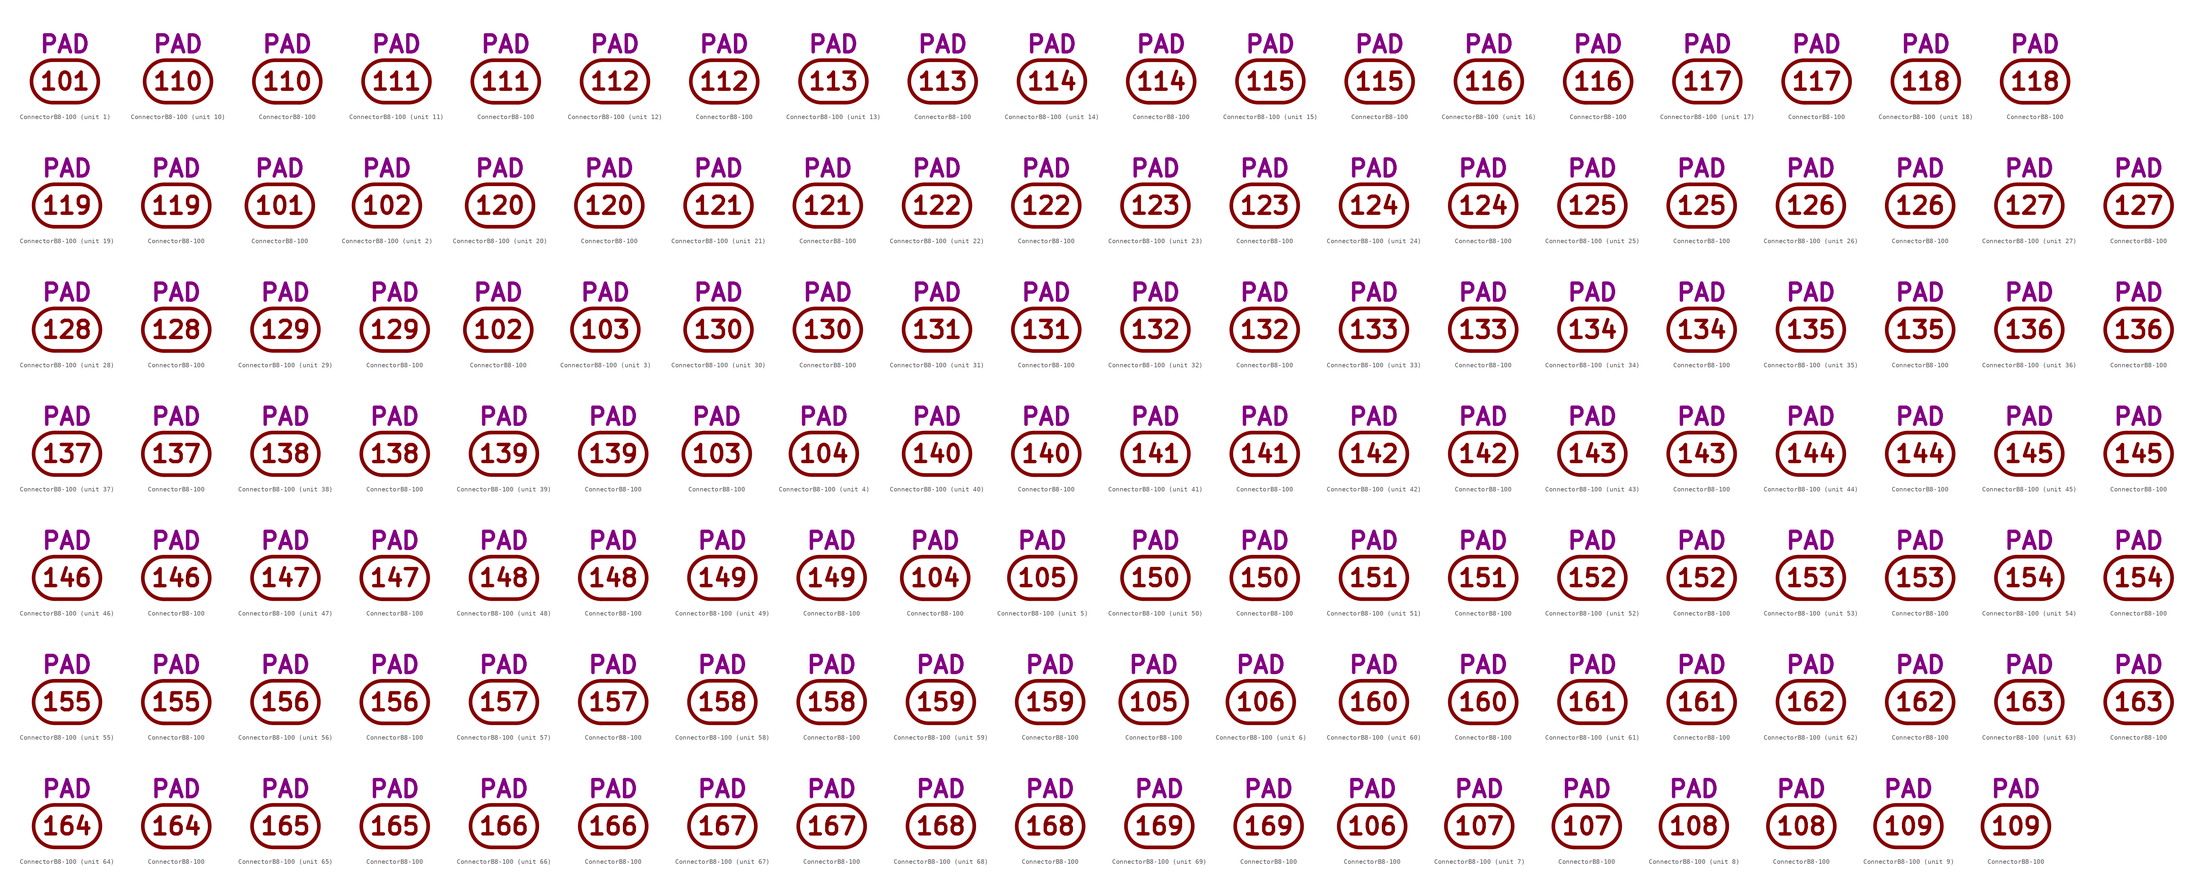
<source format=kicad_sym>
(kicad_symbol_lib
  (version 20211014)
  (generator kicad_symbol_editor)
  (symbol "ConnectorB8-100"
    (pin_numbers hide)
    (pin_names
      (offset 0) hide)
    (property "Reference" "J"
      (at 0 8.255 0)
      (effects (font (size 3.556 3.556)) hide))
    (property "Caption" "PAD"
      (at 0 5.715 0)
      (effects (font (size 3.556 3.556) bold) (justify bottom)))
    (property "ki_locked" ""
      (at 0 0 0)
      (effects (font (size 1.27 1.27))))
    (symbol "ConnectorB8-100_0_0"
      (arc (start -2.54 4.445) (mid -6.985 0) (end -2.54 -4.445) (stroke (width 0.762) (type default) (color 0 0 0 0)) (fill (type none)))
      (polyline (pts (xy -2.54 -4.445) (xy 2.54 -4.445)) (stroke (width 0.762) (type default) (color 0 0 0 0)) (fill (type none)))
      (polyline (pts (xy -2.54 4.445) (xy 2.54 4.445)) (stroke (width 0.762) (type default) (color 0 0 0 0)) (fill (type none)))
      (arc (start 2.54 -4.445) (mid 6.985 0) (end 2.54 4.445) (stroke (width 0.762) (type default) (color 0 0 0 0)) (fill (type none))))
    (symbol "ConnectorB8-100_1_0"
      (text "101" (at 0 0 0) (effects (font (size 3.556 3.556) bold))))
    (symbol "ConnectorB8-100_1_1"
      (pin passive line (at 6.985 0 180) (length 0) (name "101" (effects (font (size 3.556 3.556)))) (number "101" (effects (font (size 3.556 3.556))))))
    (symbol "ConnectorB8-100_1_2"
      (pin passive line (at 0 4.445 270) (length 0) (name "101" (effects (font (size 3.556 3.556)))) (number "101" (effects (font (size 3.556 3.556))))))
    (symbol "ConnectorB8-100_2_0"
      (text "102" (at 0 0 0) (effects (font (size 3.556 3.556) bold))))
    (symbol "ConnectorB8-100_2_1"
      (pin passive line (at 6.985 0 180) (length 0) (name "102" (effects (font (size 3.556 3.556)))) (number "102" (effects (font (size 3.556 3.556))))))
    (symbol "ConnectorB8-100_2_2"
      (pin passive line (at 0 4.445 270) (length 0) (name "102" (effects (font (size 3.556 3.556)))) (number "102" (effects (font (size 3.556 3.556))))))
    (symbol "ConnectorB8-100_3_0"
      (text "103" (at 0 0 0) (effects (font (size 3.556 3.556) bold))))
    (symbol "ConnectorB8-100_3_1"
      (pin passive line (at 6.985 0 180) (length 0) (name "103" (effects (font (size 3.556 3.556)))) (number "103" (effects (font (size 3.556 3.556))))))
    (symbol "ConnectorB8-100_3_2"
      (pin passive line (at 0 4.445 270) (length 0) (name "103" (effects (font (size 3.556 3.556)))) (number "103" (effects (font (size 3.556 3.556))))))
    (symbol "ConnectorB8-100_4_0"
      (text "104" (at 0 0 0) (effects (font (size 3.556 3.556) bold))))
    (symbol "ConnectorB8-100_4_1"
      (pin passive line (at 6.985 0 180) (length 0) (name "104" (effects (font (size 3.556 3.556)))) (number "104" (effects (font (size 3.556 3.556))))))
    (symbol "ConnectorB8-100_4_2"
      (pin passive line (at 0 4.445 270) (length 0) (name "104" (effects (font (size 3.556 3.556)))) (number "104" (effects (font (size 3.556 3.556))))))
    (symbol "ConnectorB8-100_5_0"
      (text "105" (at 0 0 0) (effects (font (size 3.556 3.556) bold))))
    (symbol "ConnectorB8-100_5_1"
      (pin passive line (at 6.985 0 180) (length 0) (name "105" (effects (font (size 3.556 3.556)))) (number "105" (effects (font (size 3.556 3.556))))))
    (symbol "ConnectorB8-100_5_2"
      (pin passive line (at 0 4.445 270) (length 0) (name "105" (effects (font (size 3.556 3.556)))) (number "105" (effects (font (size 3.556 3.556))))))
    (symbol "ConnectorB8-100_6_0"
      (text "106" (at 0 0 0) (effects (font (size 3.556 3.556) bold))))
    (symbol "ConnectorB8-100_6_1"
      (pin passive line (at 6.985 0 180) (length 0) (name "106" (effects (font (size 3.556 3.556)))) (number "106" (effects (font (size 3.556 3.556))))))
    (symbol "ConnectorB8-100_6_2"
      (pin passive line (at 0 4.445 270) (length 0) (name "106" (effects (font (size 3.556 3.556)))) (number "106" (effects (font (size 3.556 3.556))))))
    (symbol "ConnectorB8-100_7_0"
      (text "107" (at 0 0 0) (effects (font (size 3.556 3.556) bold))))
    (symbol "ConnectorB8-100_7_1"
      (pin passive line (at 6.985 0 180) (length 0) (name "107" (effects (font (size 3.556 3.556)))) (number "107" (effects (font (size 3.556 3.556))))))
    (symbol "ConnectorB8-100_7_2"
      (pin passive line (at 0 4.445 270) (length 0) (name "107" (effects (font (size 3.556 3.556)))) (number "107" (effects (font (size 3.556 3.556))))))
    (symbol "ConnectorB8-100_8_0"
      (text "108" (at 0 0 0) (effects (font (size 3.556 3.556) bold))))
    (symbol "ConnectorB8-100_8_1"
      (pin passive line (at 6.985 0 180) (length 0) (name "108" (effects (font (size 3.556 3.556)))) (number "108" (effects (font (size 3.556 3.556))))))
    (symbol "ConnectorB8-100_8_2"
      (pin passive line (at 0 4.445 270) (length 0) (name "108" (effects (font (size 3.556 3.556)))) (number "108" (effects (font (size 3.556 3.556))))))
    (symbol "ConnectorB8-100_9_0"
      (text "109" (at 0 0 0) (effects (font (size 3.556 3.556) bold))))
    (symbol "ConnectorB8-100_9_1"
      (pin passive line (at 6.985 0 180) (length 0) (name "109" (effects (font (size 3.556 3.556)))) (number "109" (effects (font (size 3.556 3.556))))))
    (symbol "ConnectorB8-100_9_2"
      (pin passive line (at 0 4.445 270) (length 0) (name "109" (effects (font (size 3.556 3.556)))) (number "109" (effects (font (size 3.556 3.556))))))
    (symbol "ConnectorB8-100_10_0"
      (text "110" (at 0 0 0) (effects (font (size 3.556 3.556) bold))))
    (symbol "ConnectorB8-100_10_1"
      (pin passive line (at 6.985 0 180) (length 0) (name "110" (effects (font (size 3.556 3.556)))) (number "110" (effects (font (size 3.556 3.556))))))
    (symbol "ConnectorB8-100_10_2"
      (pin passive line (at 0 4.445 270) (length 0) (name "110" (effects (font (size 3.556 3.556)))) (number "110" (effects (font (size 3.556 3.556))))))
    (symbol "ConnectorB8-100_11_0"
      (text "111" (at 0 0 0) (effects (font (size 3.556 3.556) bold))))
    (symbol "ConnectorB8-100_11_1"
      (pin passive line (at 6.985 0 180) (length 0) (name "111" (effects (font (size 3.556 3.556)))) (number "111" (effects (font (size 3.556 3.556))))))
    (symbol "ConnectorB8-100_11_2"
      (pin passive line (at 0 4.445 270) (length 0) (name "111" (effects (font (size 3.556 3.556)))) (number "111" (effects (font (size 3.556 3.556))))))
    (symbol "ConnectorB8-100_12_0"
      (text "112" (at 0 0 0) (effects (font (size 3.556 3.556) bold))))
    (symbol "ConnectorB8-100_12_1"
      (pin passive line (at 6.985 0 180) (length 0) (name "112" (effects (font (size 3.556 3.556)))) (number "112" (effects (font (size 3.556 3.556))))))
    (symbol "ConnectorB8-100_12_2"
      (pin passive line (at 0 4.445 270) (length 0) (name "112" (effects (font (size 3.556 3.556)))) (number "112" (effects (font (size 3.556 3.556))))))
    (symbol "ConnectorB8-100_13_0"
      (text "113" (at 0 0 0) (effects (font (size 3.556 3.556) bold))))
    (symbol "ConnectorB8-100_13_1"
      (pin passive line (at 6.985 0 180) (length 0) (name "113" (effects (font (size 3.556 3.556)))) (number "113" (effects (font (size 3.556 3.556))))))
    (symbol "ConnectorB8-100_13_2"
      (pin passive line (at 0 4.445 270) (length 0) (name "113" (effects (font (size 3.556 3.556)))) (number "113" (effects (font (size 3.556 3.556))))))
    (symbol "ConnectorB8-100_14_0"
      (text "114" (at 0 0 0) (effects (font (size 3.556 3.556) bold))))
    (symbol "ConnectorB8-100_14_1"
      (pin passive line (at 6.985 0 180) (length 0) (name "114" (effects (font (size 3.556 3.556)))) (number "114" (effects (font (size 3.556 3.556))))))
    (symbol "ConnectorB8-100_14_2"
      (pin passive line (at 0 4.445 270) (length 0) (name "114" (effects (font (size 3.556 3.556)))) (number "114" (effects (font (size 3.556 3.556))))))
    (symbol "ConnectorB8-100_15_0"
      (text "115" (at 0 0 0) (effects (font (size 3.556 3.556) bold))))
    (symbol "ConnectorB8-100_15_1"
      (pin passive line (at 6.985 0 180) (length 0) (name "115" (effects (font (size 3.556 3.556)))) (number "115" (effects (font (size 3.556 3.556))))))
    (symbol "ConnectorB8-100_15_2"
      (pin passive line (at 0 4.445 270) (length 0) (name "115" (effects (font (size 3.556 3.556)))) (number "115" (effects (font (size 3.556 3.556))))))
    (symbol "ConnectorB8-100_16_0"
      (text "116" (at 0 0 0) (effects (font (size 3.556 3.556) bold))))
    (symbol "ConnectorB8-100_16_1"
      (pin passive line (at 6.985 0 180) (length 0) (name "116" (effects (font (size 3.556 3.556)))) (number "116" (effects (font (size 3.556 3.556))))))
    (symbol "ConnectorB8-100_16_2"
      (pin passive line (at 0 4.445 270) (length 0) (name "116" (effects (font (size 3.556 3.556)))) (number "116" (effects (font (size 3.556 3.556))))))
    (symbol "ConnectorB8-100_17_0"
      (text "117" (at 0 0 0) (effects (font (size 3.556 3.556) bold))))
    (symbol "ConnectorB8-100_17_1"
      (pin passive line (at 6.985 0 180) (length 0) (name "117" (effects (font (size 3.556 3.556)))) (number "117" (effects (font (size 3.556 3.556))))))
    (symbol "ConnectorB8-100_17_2"
      (pin passive line (at 0 4.445 270) (length 0) (name "117" (effects (font (size 3.556 3.556)))) (number "117" (effects (font (size 3.556 3.556))))))
    (symbol "ConnectorB8-100_18_0"
      (text "118" (at 0 0 0) (effects (font (size 3.556 3.556) bold))))
    (symbol "ConnectorB8-100_18_1"
      (pin passive line (at 6.985 0 180) (length 0) (name "118" (effects (font (size 3.556 3.556)))) (number "118" (effects (font (size 3.556 3.556))))))
    (symbol "ConnectorB8-100_18_2"
      (pin passive line (at 0 4.445 270) (length 0) (name "118" (effects (font (size 3.556 3.556)))) (number "118" (effects (font (size 3.556 3.556))))))
    (symbol "ConnectorB8-100_19_0"
      (text "119" (at 0 0 0) (effects (font (size 3.556 3.556) bold))))
    (symbol "ConnectorB8-100_19_1"
      (pin passive line (at 6.985 0 180) (length 0) (name "119" (effects (font (size 3.556 3.556)))) (number "119" (effects (font (size 3.556 3.556))))))
    (symbol "ConnectorB8-100_19_2"
      (pin passive line (at 0 4.445 270) (length 0) (name "119" (effects (font (size 3.556 3.556)))) (number "119" (effects (font (size 3.556 3.556))))))
    (symbol "ConnectorB8-100_20_0"
      (text "120" (at 0 0 0) (effects (font (size 3.556 3.556) bold))))
    (symbol "ConnectorB8-100_20_1"
      (pin passive line (at 6.985 0 180) (length 0) (name "120" (effects (font (size 3.556 3.556)))) (number "120" (effects (font (size 3.556 3.556))))))
    (symbol "ConnectorB8-100_20_2"
      (pin passive line (at 0 4.445 270) (length 0) (name "120" (effects (font (size 3.556 3.556)))) (number "120" (effects (font (size 3.556 3.556))))))
    (symbol "ConnectorB8-100_21_0"
      (text "121" (at 0 0 0) (effects (font (size 3.556 3.556) bold))))
    (symbol "ConnectorB8-100_21_1"
      (pin passive line (at 6.985 0 180) (length 0) (name "121" (effects (font (size 3.556 3.556)))) (number "121" (effects (font (size 3.556 3.556))))))
    (symbol "ConnectorB8-100_21_2"
      (pin passive line (at 0 4.445 270) (length 0) (name "121" (effects (font (size 3.556 3.556)))) (number "121" (effects (font (size 3.556 3.556))))))
    (symbol "ConnectorB8-100_22_0"
      (text "122" (at 0 0 0) (effects (font (size 3.556 3.556) bold))))
    (symbol "ConnectorB8-100_22_1"
      (pin passive line (at 6.985 0 180) (length 0) (name "122" (effects (font (size 3.556 3.556)))) (number "122" (effects (font (size 3.556 3.556))))))
    (symbol "ConnectorB8-100_22_2"
      (pin passive line (at 0 4.445 270) (length 0) (name "122" (effects (font (size 3.556 3.556)))) (number "122" (effects (font (size 3.556 3.556))))))
    (symbol "ConnectorB8-100_23_0"
      (text "123" (at 0 0 0) (effects (font (size 3.556 3.556) bold))))
    (symbol "ConnectorB8-100_23_1"
      (pin passive line (at 6.985 0 180) (length 0) (name "123" (effects (font (size 3.556 3.556)))) (number "123" (effects (font (size 3.556 3.556))))))
    (symbol "ConnectorB8-100_23_2"
      (pin passive line (at 0 4.445 270) (length 0) (name "123" (effects (font (size 3.556 3.556)))) (number "123" (effects (font (size 3.556 3.556))))))
    (symbol "ConnectorB8-100_24_0"
      (text "124" (at 0 0 0) (effects (font (size 3.556 3.556) bold))))
    (symbol "ConnectorB8-100_24_1"
      (pin passive line (at 6.985 0 180) (length 0) (name "124" (effects (font (size 3.556 3.556)))) (number "124" (effects (font (size 3.556 3.556))))))
    (symbol "ConnectorB8-100_24_2"
      (pin passive line (at 0 4.445 270) (length 0) (name "124" (effects (font (size 3.556 3.556)))) (number "124" (effects (font (size 3.556 3.556))))))
    (symbol "ConnectorB8-100_25_0"
      (text "125" (at 0 0 0) (effects (font (size 3.556 3.556) bold))))
    (symbol "ConnectorB8-100_25_1"
      (pin passive line (at 6.985 0 180) (length 0) (name "125" (effects (font (size 3.556 3.556)))) (number "125" (effects (font (size 3.556 3.556))))))
    (symbol "ConnectorB8-100_25_2"
      (pin passive line (at 0 4.445 270) (length 0) (name "125" (effects (font (size 3.556 3.556)))) (number "125" (effects (font (size 3.556 3.556))))))
    (symbol "ConnectorB8-100_26_0"
      (text "126" (at 0 0 0) (effects (font (size 3.556 3.556) bold))))
    (symbol "ConnectorB8-100_26_1"
      (pin passive line (at 6.985 0 180) (length 0) (name "126" (effects (font (size 3.556 3.556)))) (number "126" (effects (font (size 3.556 3.556))))))
    (symbol "ConnectorB8-100_26_2"
      (pin passive line (at 0 4.445 270) (length 0) (name "126" (effects (font (size 3.556 3.556)))) (number "126" (effects (font (size 3.556 3.556))))))
    (symbol "ConnectorB8-100_27_0"
      (text "127" (at 0 0 0) (effects (font (size 3.556 3.556) bold))))
    (symbol "ConnectorB8-100_27_1"
      (pin passive line (at 6.985 0 180) (length 0) (name "127" (effects (font (size 3.556 3.556)))) (number "127" (effects (font (size 3.556 3.556))))))
    (symbol "ConnectorB8-100_27_2"
      (pin passive line (at 0 4.445 270) (length 0) (name "127" (effects (font (size 3.556 3.556)))) (number "127" (effects (font (size 3.556 3.556))))))
    (symbol "ConnectorB8-100_28_0"
      (text "128" (at 0 0 0) (effects (font (size 3.556 3.556) bold))))
    (symbol "ConnectorB8-100_28_1"
      (pin passive line (at 6.985 0 180) (length 0) (name "128" (effects (font (size 3.556 3.556)))) (number "128" (effects (font (size 3.556 3.556))))))
    (symbol "ConnectorB8-100_28_2"
      (pin passive line (at 0 4.445 270) (length 0) (name "128" (effects (font (size 3.556 3.556)))) (number "128" (effects (font (size 3.556 3.556))))))
    (symbol "ConnectorB8-100_29_0"
      (text "129" (at 0 0 0) (effects (font (size 3.556 3.556) bold))))
    (symbol "ConnectorB8-100_29_1"
      (pin passive line (at 6.985 0 180) (length 0) (name "129" (effects (font (size 3.556 3.556)))) (number "129" (effects (font (size 3.556 3.556))))))
    (symbol "ConnectorB8-100_29_2"
      (pin passive line (at 0 4.445 270) (length 0) (name "129" (effects (font (size 3.556 3.556)))) (number "129" (effects (font (size 3.556 3.556))))))
    (symbol "ConnectorB8-100_30_0"
      (text "130" (at 0 0 0) (effects (font (size 3.556 3.556) bold))))
    (symbol "ConnectorB8-100_30_1"
      (pin passive line (at 6.985 0 180) (length 0) (name "130" (effects (font (size 3.556 3.556)))) (number "130" (effects (font (size 3.556 3.556))))))
    (symbol "ConnectorB8-100_30_2"
      (pin passive line (at 0 4.445 270) (length 0) (name "130" (effects (font (size 3.556 3.556)))) (number "130" (effects (font (size 3.556 3.556))))))
    (symbol "ConnectorB8-100_31_0"
      (text "131" (at 0 0 0) (effects (font (size 3.556 3.556) bold))))
    (symbol "ConnectorB8-100_31_1"
      (pin passive line (at 6.985 0 180) (length 0) (name "131" (effects (font (size 3.556 3.556)))) (number "131" (effects (font (size 3.556 3.556))))))
    (symbol "ConnectorB8-100_31_2"
      (pin passive line (at 0 4.445 270) (length 0) (name "131" (effects (font (size 3.556 3.556)))) (number "131" (effects (font (size 3.556 3.556))))))
    (symbol "ConnectorB8-100_32_0"
      (text "132" (at 0 0 0) (effects (font (size 3.556 3.556) bold))))
    (symbol "ConnectorB8-100_32_1"
      (pin passive line (at 6.985 0 180) (length 0) (name "132" (effects (font (size 3.556 3.556)))) (number "132" (effects (font (size 3.556 3.556))))))
    (symbol "ConnectorB8-100_32_2"
      (pin passive line (at 0 4.445 270) (length 0) (name "132" (effects (font (size 3.556 3.556)))) (number "132" (effects (font (size 3.556 3.556))))))
    (symbol "ConnectorB8-100_33_0"
      (text "133" (at 0 0 0) (effects (font (size 3.556 3.556) bold))))
    (symbol "ConnectorB8-100_33_1"
      (pin passive line (at 6.985 0 180) (length 0) (name "133" (effects (font (size 3.556 3.556)))) (number "133" (effects (font (size 3.556 3.556))))))
    (symbol "ConnectorB8-100_33_2"
      (pin passive line (at 0 4.445 270) (length 0) (name "133" (effects (font (size 3.556 3.556)))) (number "133" (effects (font (size 3.556 3.556))))))
    (symbol "ConnectorB8-100_34_0"
      (text "134" (at 0 0 0) (effects (font (size 3.556 3.556) bold))))
    (symbol "ConnectorB8-100_34_1"
      (pin passive line (at 6.985 0 180) (length 0) (name "134" (effects (font (size 3.556 3.556)))) (number "134" (effects (font (size 3.556 3.556))))))
    (symbol "ConnectorB8-100_34_2"
      (pin passive line (at 0 4.445 270) (length 0) (name "134" (effects (font (size 3.556 3.556)))) (number "134" (effects (font (size 3.556 3.556))))))
    (symbol "ConnectorB8-100_35_0"
      (text "135" (at 0 0 0) (effects (font (size 3.556 3.556) bold))))
    (symbol "ConnectorB8-100_35_1"
      (pin passive line (at 6.985 0 180) (length 0) (name "135" (effects (font (size 3.556 3.556)))) (number "135" (effects (font (size 3.556 3.556))))))
    (symbol "ConnectorB8-100_35_2"
      (pin passive line (at 0 4.445 270) (length 0) (name "135" (effects (font (size 3.556 3.556)))) (number "135" (effects (font (size 3.556 3.556))))))
    (symbol "ConnectorB8-100_36_0"
      (text "136" (at 0 0 0) (effects (font (size 3.556 3.556) bold))))
    (symbol "ConnectorB8-100_36_1"
      (pin passive line (at 6.985 0 180) (length 0) (name "136" (effects (font (size 3.556 3.556)))) (number "136" (effects (font (size 3.556 3.556))))))
    (symbol "ConnectorB8-100_36_2"
      (pin passive line (at 0 4.445 270) (length 0) (name "136" (effects (font (size 3.556 3.556)))) (number "136" (effects (font (size 3.556 3.556))))))
    (symbol "ConnectorB8-100_37_0"
      (text "137" (at 0 0 0) (effects (font (size 3.556 3.556) bold))))
    (symbol "ConnectorB8-100_37_1"
      (pin passive line (at 6.985 0 180) (length 0) (name "137" (effects (font (size 3.556 3.556)))) (number "137" (effects (font (size 3.556 3.556))))))
    (symbol "ConnectorB8-100_37_2"
      (pin passive line (at 0 4.445 270) (length 0) (name "137" (effects (font (size 3.556 3.556)))) (number "137" (effects (font (size 3.556 3.556))))))
    (symbol "ConnectorB8-100_38_0"
      (text "138" (at 0 0 0) (effects (font (size 3.556 3.556) bold))))
    (symbol "ConnectorB8-100_38_1"
      (pin passive line (at 6.985 0 180) (length 0) (name "138" (effects (font (size 3.556 3.556)))) (number "138" (effects (font (size 3.556 3.556))))))
    (symbol "ConnectorB8-100_38_2"
      (pin passive line (at 0 4.445 270) (length 0) (name "138" (effects (font (size 3.556 3.556)))) (number "138" (effects (font (size 3.556 3.556))))))
    (symbol "ConnectorB8-100_39_0"
      (text "139" (at 0 0 0) (effects (font (size 3.556 3.556) bold))))
    (symbol "ConnectorB8-100_39_1"
      (pin passive line (at 6.985 0 180) (length 0) (name "139" (effects (font (size 3.556 3.556)))) (number "139" (effects (font (size 3.556 3.556))))))
    (symbol "ConnectorB8-100_39_2"
      (pin passive line (at 0 4.445 270) (length 0) (name "139" (effects (font (size 3.556 3.556)))) (number "139" (effects (font (size 3.556 3.556))))))
    (symbol "ConnectorB8-100_40_0"
      (text "140" (at 0 0 0) (effects (font (size 3.556 3.556) bold))))
    (symbol "ConnectorB8-100_40_1"
      (pin passive line (at 6.985 0 180) (length 0) (name "140" (effects (font (size 3.556 3.556)))) (number "140" (effects (font (size 3.556 3.556))))))
    (symbol "ConnectorB8-100_40_2"
      (pin passive line (at 0 4.445 270) (length 0) (name "140" (effects (font (size 3.556 3.556)))) (number "140" (effects (font (size 3.556 3.556))))))
    (symbol "ConnectorB8-100_41_0"
      (text "141" (at 0 0 0) (effects (font (size 3.556 3.556) bold))))
    (symbol "ConnectorB8-100_41_1"
      (pin passive line (at 6.985 0 180) (length 0) (name "141" (effects (font (size 3.556 3.556)))) (number "141" (effects (font (size 3.556 3.556))))))
    (symbol "ConnectorB8-100_41_2"
      (pin passive line (at 0 4.445 270) (length 0) (name "141" (effects (font (size 3.556 3.556)))) (number "141" (effects (font (size 3.556 3.556))))))
    (symbol "ConnectorB8-100_42_0"
      (text "142" (at 0 0 0) (effects (font (size 3.556 3.556) bold))))
    (symbol "ConnectorB8-100_42_1"
      (pin passive line (at 6.985 0 180) (length 0) (name "142" (effects (font (size 3.556 3.556)))) (number "142" (effects (font (size 3.556 3.556))))))
    (symbol "ConnectorB8-100_42_2"
      (pin passive line (at 0 4.445 270) (length 0) (name "142" (effects (font (size 3.556 3.556)))) (number "142" (effects (font (size 3.556 3.556))))))
    (symbol "ConnectorB8-100_43_0"
      (text "143" (at 0 0 0) (effects (font (size 3.556 3.556) bold))))
    (symbol "ConnectorB8-100_43_1"
      (pin passive line (at 6.985 0 180) (length 0) (name "143" (effects (font (size 3.556 3.556)))) (number "143" (effects (font (size 3.556 3.556))))))
    (symbol "ConnectorB8-100_43_2"
      (pin passive line (at 0 4.445 270) (length 0) (name "143" (effects (font (size 3.556 3.556)))) (number "143" (effects (font (size 3.556 3.556))))))
    (symbol "ConnectorB8-100_44_0"
      (text "144" (at 0 0 0) (effects (font (size 3.556 3.556) bold))))
    (symbol "ConnectorB8-100_44_1"
      (pin passive line (at 6.985 0 180) (length 0) (name "144" (effects (font (size 3.556 3.556)))) (number "144" (effects (font (size 3.556 3.556))))))
    (symbol "ConnectorB8-100_44_2"
      (pin passive line (at 0 4.445 270) (length 0) (name "144" (effects (font (size 3.556 3.556)))) (number "144" (effects (font (size 3.556 3.556))))))
    (symbol "ConnectorB8-100_45_0"
      (text "145" (at 0 0 0) (effects (font (size 3.556 3.556) bold))))
    (symbol "ConnectorB8-100_45_1"
      (pin passive line (at 6.985 0 180) (length 0) (name "145" (effects (font (size 3.556 3.556)))) (number "145" (effects (font (size 3.556 3.556))))))
    (symbol "ConnectorB8-100_45_2"
      (pin passive line (at 0 4.445 270) (length 0) (name "145" (effects (font (size 3.556 3.556)))) (number "145" (effects (font (size 3.556 3.556))))))
    (symbol "ConnectorB8-100_46_0"
      (text "146" (at 0 0 0) (effects (font (size 3.556 3.556) bold))))
    (symbol "ConnectorB8-100_46_1"
      (pin passive line (at 6.985 0 180) (length 0) (name "146" (effects (font (size 3.556 3.556)))) (number "146" (effects (font (size 3.556 3.556))))))
    (symbol "ConnectorB8-100_46_2"
      (pin passive line (at 0 4.445 270) (length 0) (name "146" (effects (font (size 3.556 3.556)))) (number "146" (effects (font (size 3.556 3.556))))))
    (symbol "ConnectorB8-100_47_0"
      (text "147" (at 0 0 0) (effects (font (size 3.556 3.556) bold))))
    (symbol "ConnectorB8-100_47_1"
      (pin passive line (at 6.985 0 180) (length 0) (name "147" (effects (font (size 3.556 3.556)))) (number "147" (effects (font (size 3.556 3.556))))))
    (symbol "ConnectorB8-100_47_2"
      (pin passive line (at 0 4.445 270) (length 0) (name "147" (effects (font (size 3.556 3.556)))) (number "147" (effects (font (size 3.556 3.556))))))
    (symbol "ConnectorB8-100_48_0"
      (text "148" (at 0 0 0) (effects (font (size 3.556 3.556) bold))))
    (symbol "ConnectorB8-100_48_1"
      (pin passive line (at 6.985 0 180) (length 0) (name "148" (effects (font (size 3.556 3.556)))) (number "148" (effects (font (size 3.556 3.556))))))
    (symbol "ConnectorB8-100_48_2"
      (pin passive line (at 0 4.445 270) (length 0) (name "148" (effects (font (size 3.556 3.556)))) (number "148" (effects (font (size 3.556 3.556))))))
    (symbol "ConnectorB8-100_49_0"
      (text "149" (at 0 0 0) (effects (font (size 3.556 3.556) bold))))
    (symbol "ConnectorB8-100_49_1"
      (pin passive line (at 6.985 0 180) (length 0) (name "149" (effects (font (size 3.556 3.556)))) (number "149" (effects (font (size 3.556 3.556))))))
    (symbol "ConnectorB8-100_49_2"
      (pin passive line (at 0 4.445 270) (length 0) (name "149" (effects (font (size 3.556 3.556)))) (number "149" (effects (font (size 3.556 3.556))))))
    (symbol "ConnectorB8-100_50_0"
      (text "150" (at 0 0 0) (effects (font (size 3.556 3.556) bold))))
    (symbol "ConnectorB8-100_50_1"
      (pin passive line (at 6.985 0 180) (length 0) (name "150" (effects (font (size 3.556 3.556)))) (number "150" (effects (font (size 3.556 3.556))))))
    (symbol "ConnectorB8-100_50_2"
      (pin passive line (at 0 4.445 270) (length 0) (name "150" (effects (font (size 3.556 3.556)))) (number "150" (effects (font (size 3.556 3.556))))))
    (symbol "ConnectorB8-100_51_0"
      (text "151" (at 0 0 0) (effects (font (size 3.556 3.556) bold))))
    (symbol "ConnectorB8-100_51_1"
      (pin passive line (at 6.985 0 180) (length 0) (name "151" (effects (font (size 3.556 3.556)))) (number "151" (effects (font (size 3.556 3.556))))))
    (symbol "ConnectorB8-100_51_2"
      (pin passive line (at 0 4.445 270) (length 0) (name "151" (effects (font (size 3.556 3.556)))) (number "151" (effects (font (size 3.556 3.556))))))
    (symbol "ConnectorB8-100_52_0"
      (text "152" (at 0 0 0) (effects (font (size 3.556 3.556) bold))))
    (symbol "ConnectorB8-100_52_1"
      (pin passive line (at 6.985 0 180) (length 0) (name "152" (effects (font (size 3.556 3.556)))) (number "152" (effects (font (size 3.556 3.556))))))
    (symbol "ConnectorB8-100_52_2"
      (pin passive line (at 0 4.445 270) (length 0) (name "152" (effects (font (size 3.556 3.556)))) (number "152" (effects (font (size 3.556 3.556))))))
    (symbol "ConnectorB8-100_53_0"
      (text "153" (at 0 0 0) (effects (font (size 3.556 3.556) bold))))
    (symbol "ConnectorB8-100_53_1"
      (pin passive line (at 6.985 0 180) (length 0) (name "153" (effects (font (size 3.556 3.556)))) (number "153" (effects (font (size 3.556 3.556))))))
    (symbol "ConnectorB8-100_53_2"
      (pin passive line (at 0 4.445 270) (length 0) (name "153" (effects (font (size 3.556 3.556)))) (number "153" (effects (font (size 3.556 3.556))))))
    (symbol "ConnectorB8-100_54_0"
      (text "154" (at 0 0 0) (effects (font (size 3.556 3.556) bold))))
    (symbol "ConnectorB8-100_54_1"
      (pin passive line (at 6.985 0 180) (length 0) (name "154" (effects (font (size 3.556 3.556)))) (number "154" (effects (font (size 3.556 3.556))))))
    (symbol "ConnectorB8-100_54_2"
      (pin passive line (at 0 4.445 270) (length 0) (name "154" (effects (font (size 3.556 3.556)))) (number "154" (effects (font (size 3.556 3.556))))))
    (symbol "ConnectorB8-100_55_0"
      (text "155" (at 0 0 0) (effects (font (size 3.556 3.556) bold))))
    (symbol "ConnectorB8-100_55_1"
      (pin passive line (at 6.985 0 180) (length 0) (name "155" (effects (font (size 3.556 3.556)))) (number "155" (effects (font (size 3.556 3.556))))))
    (symbol "ConnectorB8-100_55_2"
      (pin passive line (at 0 4.445 270) (length 0) (name "155" (effects (font (size 3.556 3.556)))) (number "155" (effects (font (size 3.556 3.556))))))
    (symbol "ConnectorB8-100_56_0"
      (text "156" (at 0 0 0) (effects (font (size 3.556 3.556) bold))))
    (symbol "ConnectorB8-100_56_1"
      (pin passive line (at 6.985 0 180) (length 0) (name "156" (effects (font (size 3.556 3.556)))) (number "156" (effects (font (size 3.556 3.556))))))
    (symbol "ConnectorB8-100_56_2"
      (pin passive line (at 0 4.445 270) (length 0) (name "156" (effects (font (size 3.556 3.556)))) (number "156" (effects (font (size 3.556 3.556))))))
    (symbol "ConnectorB8-100_57_0"
      (text "157" (at 0 0 0) (effects (font (size 3.556 3.556) bold))))
    (symbol "ConnectorB8-100_57_1"
      (pin passive line (at 6.985 0 180) (length 0) (name "157" (effects (font (size 3.556 3.556)))) (number "157" (effects (font (size 3.556 3.556))))))
    (symbol "ConnectorB8-100_57_2"
      (pin passive line (at 0 4.445 270) (length 0) (name "157" (effects (font (size 3.556 3.556)))) (number "157" (effects (font (size 3.556 3.556))))))
    (symbol "ConnectorB8-100_58_0"
      (text "158" (at 0 0 0) (effects (font (size 3.556 3.556) bold))))
    (symbol "ConnectorB8-100_58_1"
      (pin passive line (at 6.985 0 180) (length 0) (name "158" (effects (font (size 3.556 3.556)))) (number "158" (effects (font (size 3.556 3.556))))))
    (symbol "ConnectorB8-100_58_2"
      (pin passive line (at 0 4.445 270) (length 0) (name "158" (effects (font (size 3.556 3.556)))) (number "158" (effects (font (size 3.556 3.556))))))
    (symbol "ConnectorB8-100_59_0"
      (text "159" (at 0 0 0) (effects (font (size 3.556 3.556) bold))))
    (symbol "ConnectorB8-100_59_1"
      (pin passive line (at 6.985 0 180) (length 0) (name "159" (effects (font (size 3.556 3.556)))) (number "159" (effects (font (size 3.556 3.556))))))
    (symbol "ConnectorB8-100_59_2"
      (pin passive line (at 0 4.445 270) (length 0) (name "159" (effects (font (size 3.556 3.556)))) (number "159" (effects (font (size 3.556 3.556))))))
    (symbol "ConnectorB8-100_60_0"
      (text "160" (at 0 0 0) (effects (font (size 3.556 3.556) bold))))
    (symbol "ConnectorB8-100_60_1"
      (pin passive line (at 6.985 0 180) (length 0) (name "160" (effects (font (size 3.556 3.556)))) (number "160" (effects (font (size 3.556 3.556))))))
    (symbol "ConnectorB8-100_60_2"
      (pin passive line (at 0 4.445 270) (length 0) (name "160" (effects (font (size 3.556 3.556)))) (number "160" (effects (font (size 3.556 3.556))))))
    (symbol "ConnectorB8-100_61_0"
      (text "161" (at 0 0 0) (effects (font (size 3.556 3.556) bold))))
    (symbol "ConnectorB8-100_61_1"
      (pin passive line (at 6.985 0 180) (length 0) (name "161" (effects (font (size 3.556 3.556)))) (number "161" (effects (font (size 3.556 3.556))))))
    (symbol "ConnectorB8-100_61_2"
      (pin passive line (at 0 4.445 270) (length 0) (name "161" (effects (font (size 3.556 3.556)))) (number "161" (effects (font (size 3.556 3.556))))))
    (symbol "ConnectorB8-100_62_0"
      (text "162" (at 0 0 0) (effects (font (size 3.556 3.556) bold))))
    (symbol "ConnectorB8-100_62_1"
      (pin passive line (at 6.985 0 180) (length 0) (name "162" (effects (font (size 3.556 3.556)))) (number "162" (effects (font (size 3.556 3.556))))))
    (symbol "ConnectorB8-100_62_2"
      (pin passive line (at 0 4.445 270) (length 0) (name "162" (effects (font (size 3.556 3.556)))) (number "162" (effects (font (size 3.556 3.556))))))
    (symbol "ConnectorB8-100_63_0"
      (text "163" (at 0 0 0) (effects (font (size 3.556 3.556) bold))))
    (symbol "ConnectorB8-100_63_1"
      (pin passive line (at 6.985 0 180) (length 0) (name "163" (effects (font (size 3.556 3.556)))) (number "163" (effects (font (size 3.556 3.556))))))
    (symbol "ConnectorB8-100_63_2"
      (pin passive line (at 0 4.445 270) (length 0) (name "163" (effects (font (size 3.556 3.556)))) (number "163" (effects (font (size 3.556 3.556))))))
    (symbol "ConnectorB8-100_64_0"
      (text "164" (at 0 0 0) (effects (font (size 3.556 3.556) bold))))
    (symbol "ConnectorB8-100_64_1"
      (pin passive line (at 6.985 0 180) (length 0) (name "164" (effects (font (size 3.556 3.556)))) (number "164" (effects (font (size 3.556 3.556))))))
    (symbol "ConnectorB8-100_64_2"
      (pin passive line (at 0 4.445 270) (length 0) (name "164" (effects (font (size 3.556 3.556)))) (number "164" (effects (font (size 3.556 3.556))))))
    (symbol "ConnectorB8-100_65_0"
      (text "165" (at 0 0 0) (effects (font (size 3.556 3.556) bold))))
    (symbol "ConnectorB8-100_65_1"
      (pin passive line (at 6.985 0 180) (length 0) (name "165" (effects (font (size 3.556 3.556)))) (number "165" (effects (font (size 3.556 3.556))))))
    (symbol "ConnectorB8-100_65_2"
      (pin passive line (at 0 4.445 270) (length 0) (name "165" (effects (font (size 3.556 3.556)))) (number "165" (effects (font (size 3.556 3.556))))))
    (symbol "ConnectorB8-100_66_0"
      (text "166" (at 0 0 0) (effects (font (size 3.556 3.556) bold))))
    (symbol "ConnectorB8-100_66_1"
      (pin passive line (at 6.985 0 180) (length 0) (name "166" (effects (font (size 3.556 3.556)))) (number "166" (effects (font (size 3.556 3.556))))))
    (symbol "ConnectorB8-100_66_2"
      (pin passive line (at 0 4.445 270) (length 0) (name "166" (effects (font (size 3.556 3.556)))) (number "166" (effects (font (size 3.556 3.556))))))
    (symbol "ConnectorB8-100_67_0"
      (text "167" (at 0 0 0) (effects (font (size 3.556 3.556) bold))))
    (symbol "ConnectorB8-100_67_1"
      (pin passive line (at 6.985 0 180) (length 0) (name "167" (effects (font (size 3.556 3.556)))) (number "167" (effects (font (size 3.556 3.556))))))
    (symbol "ConnectorB8-100_67_2"
      (pin passive line (at 0 4.445 270) (length 0) (name "167" (effects (font (size 3.556 3.556)))) (number "167" (effects (font (size 3.556 3.556))))))
    (symbol "ConnectorB8-100_68_0"
      (text "168" (at 0 0 0) (effects (font (size 3.556 3.556) bold))))
    (symbol "ConnectorB8-100_68_1"
      (pin passive line (at 6.985 0 180) (length 0) (name "168" (effects (font (size 3.556 3.556)))) (number "168" (effects (font (size 3.556 3.556))))))
    (symbol "ConnectorB8-100_68_2"
      (pin passive line (at 0 4.445 270) (length 0) (name "168" (effects (font (size 3.556 3.556)))) (number "168" (effects (font (size 3.556 3.556))))))
    (symbol "ConnectorB8-100_69_0"
      (text "169" (at 0 0 0) (effects (font (size 3.556 3.556) bold))))
    (symbol "ConnectorB8-100_69_1"
      (pin passive line (at 6.985 0 180) (length 0) (name "169" (effects (font (size 3.556 3.556)))) (number "169" (effects (font (size 3.556 3.556))))))
    (symbol "ConnectorB8-100_69_2"
      (pin passive line (at 0 4.445 270) (length 0) (name "169" (effects (font (size 3.556 3.556)))) (number "169" (effects (font (size 3.556 3.556))))))))
</source>
